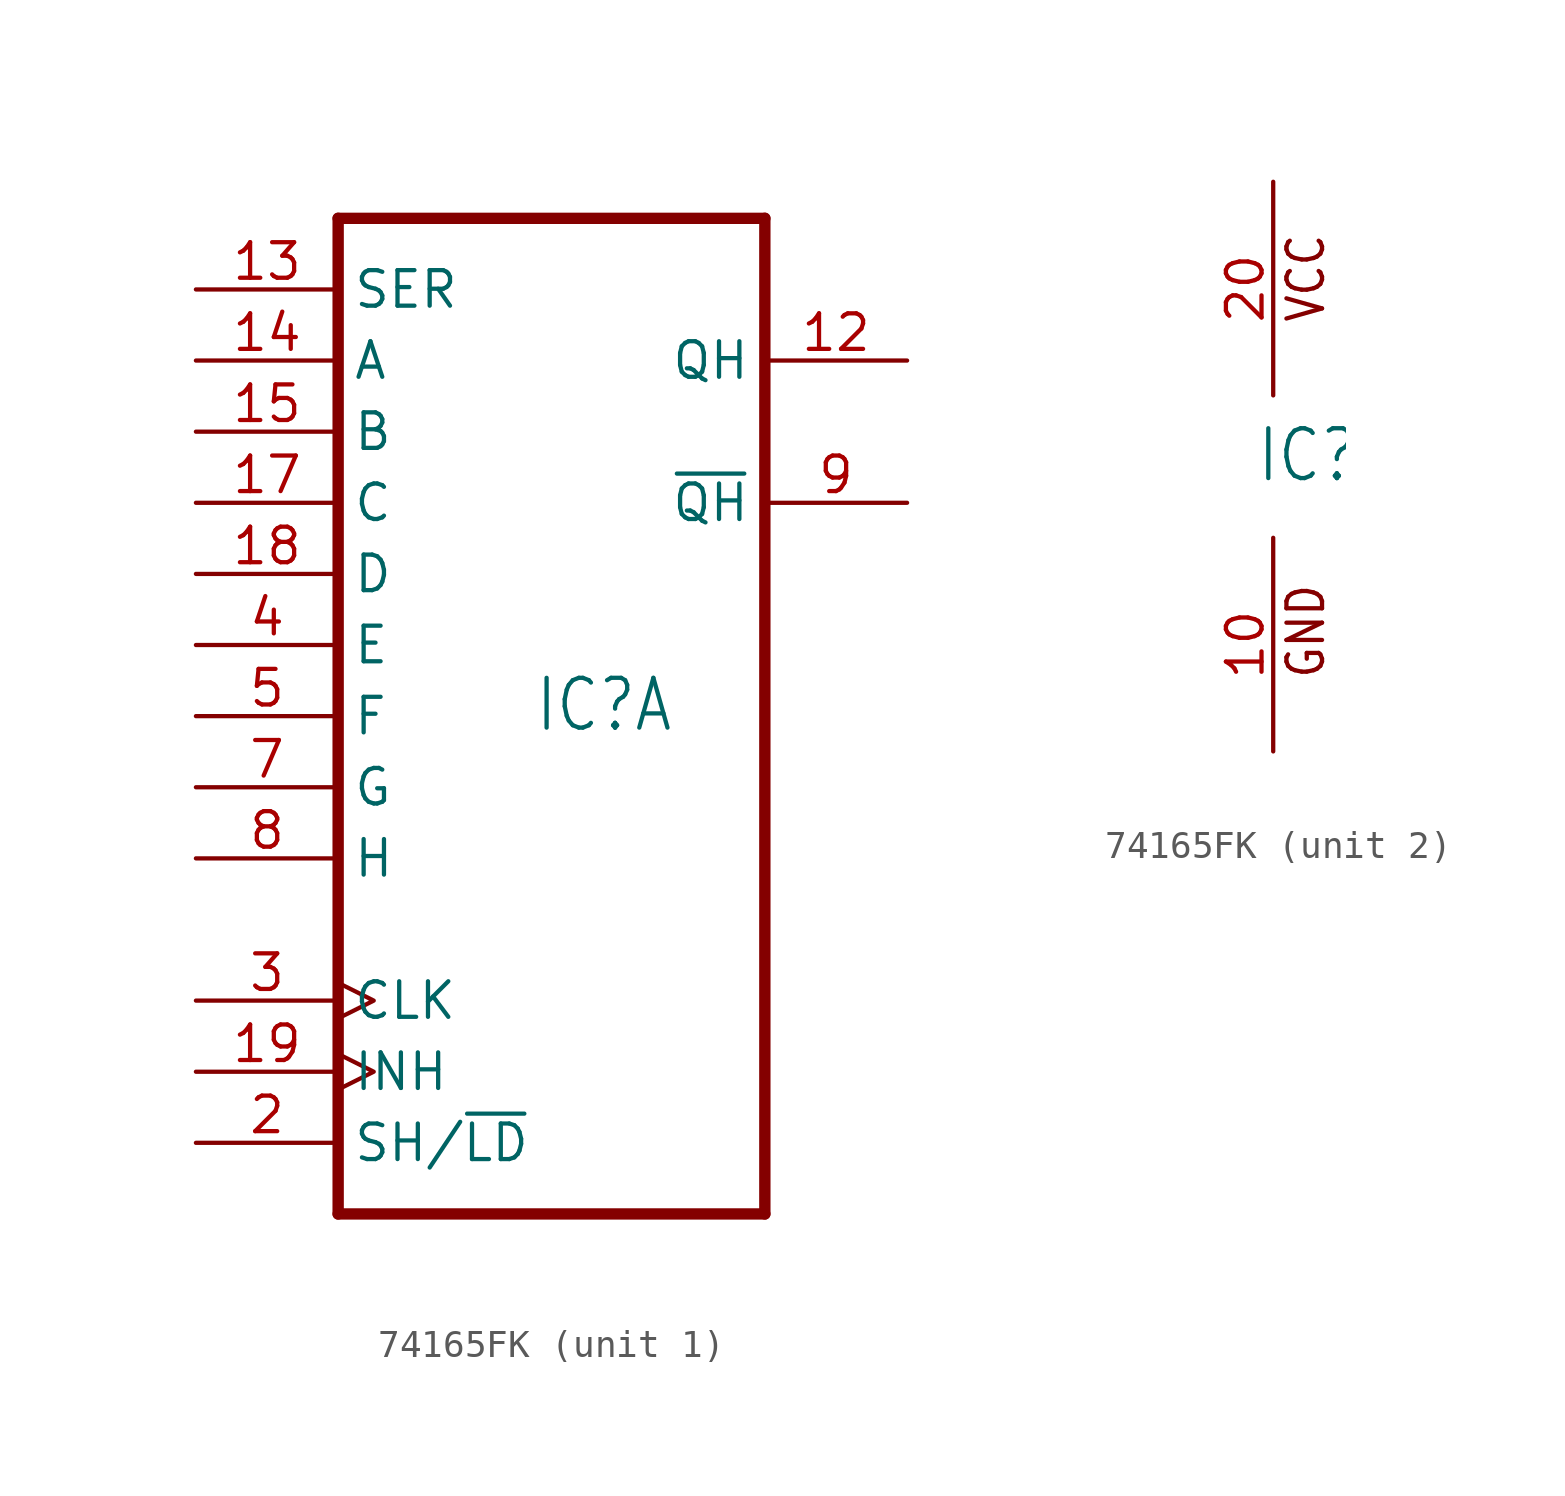
<source format=kicad_sym>
(kicad_symbol_lib
  (version 20211014)
  (generator kicad_symbol_editor)
  (symbol "74165FK"
    (property "Reference" "IC"
      (at -0.635 -0.635 0)
      (effects (font (size 1.778 1.511)) (justify left bottom)))
    (property "ki_locked" ""
      (at 0 0 0)
      (effects (font (size 1.27 1.27))))
    (symbol "74165FK_1_0"
      (polyline (pts (xy -7.62 -17.78) (xy 7.62 -17.78)) (stroke (width 0.406) (type default) (color 0 0 0 0)) (fill (type none)))
      (polyline (pts (xy -7.62 17.78) (xy -7.62 -17.78)) (stroke (width 0.406) (type default) (color 0 0 0 0)) (fill (type none)))
      (polyline (pts (xy 7.62 -17.78) (xy 7.62 17.78)) (stroke (width 0.406) (type default) (color 0 0 0 0)) (fill (type none)))
      (polyline (pts (xy 7.62 17.78) (xy -7.62 17.78)) (stroke (width 0.406) (type default) (color 0 0 0 0)) (fill (type none)))
      (pin output line (at 12.7 12.7 180) (length 5.08) (name "QH" (effects (font (size 1.27 1.27)))) (number "12" (effects (font (size 1.27 1.27)))))
      (pin input line (at -12.7 15.24 0) (length 5.08) (name "SER" (effects (font (size 1.27 1.27)))) (number "13" (effects (font (size 1.27 1.27)))))
      (pin input line (at -12.7 12.7 0) (length 5.08) (name "A" (effects (font (size 1.27 1.27)))) (number "14" (effects (font (size 1.27 1.27)))))
      (pin input line (at -12.7 10.16 0) (length 5.08) (name "B" (effects (font (size 1.27 1.27)))) (number "15" (effects (font (size 1.27 1.27)))))
      (pin input line (at -12.7 7.62 0) (length 5.08) (name "C" (effects (font (size 1.27 1.27)))) (number "17" (effects (font (size 1.27 1.27)))))
      (pin input line (at -12.7 5.08 0) (length 5.08) (name "D" (effects (font (size 1.27 1.27)))) (number "18" (effects (font (size 1.27 1.27)))))
      (pin input clock (at -12.7 -12.7 0) (length 5.08) (name "INH" (effects (font (size 1.27 1.27)))) (number "19" (effects (font (size 1.27 1.27)))))
      (pin input line (at -12.7 -15.24 0) (length 5.08) (name "SH/~{LD}" (effects (font (size 1.27 1.27)))) (number "2" (effects (font (size 1.27 1.27)))))
      (pin input clock (at -12.7 -10.16 0) (length 5.08) (name "CLK" (effects (font (size 1.27 1.27)))) (number "3" (effects (font (size 1.27 1.27)))))
      (pin input line (at -12.7 2.54 0) (length 5.08) (name "E" (effects (font (size 1.27 1.27)))) (number "4" (effects (font (size 1.27 1.27)))))
      (pin input line (at -12.7 0 0) (length 5.08) (name "F" (effects (font (size 1.27 1.27)))) (number "5" (effects (font (size 1.27 1.27)))))
      (pin input line (at -12.7 -2.54 0) (length 5.08) (name "G" (effects (font (size 1.27 1.27)))) (number "7" (effects (font (size 1.27 1.27)))))
      (pin input line (at -12.7 -5.08 0) (length 5.08) (name "H" (effects (font (size 1.27 1.27)))) (number "8" (effects (font (size 1.27 1.27)))))
      (pin output line (at 12.7 7.62 180) (length 5.08) (name "~{QH}" (effects (font (size 1.27 1.27)))) (number "9" (effects (font (size 1.27 1.27))))))
    (symbol "74165FK_2_0"
      (text "GND" (at 1.905 -7.62 900) (effects (font (size 1.27 1.079)) (justify left bottom)))
      (text "VCC" (at 1.905 5.08 900) (effects (font (size 1.27 1.079)) (justify left bottom)))
      (pin power_in line (at 0 -10.16 90) (length 7.62) (name "GND" (effects (font (size 0 0)))) (number "10" (effects (font (size 1.27 1.27)))))
      (pin power_in line (at 0 10.16 270) (length 7.62) (name "VCC" (effects (font (size 0 0)))) (number "20" (effects (font (size 1.27 1.27))))))))
</source>
